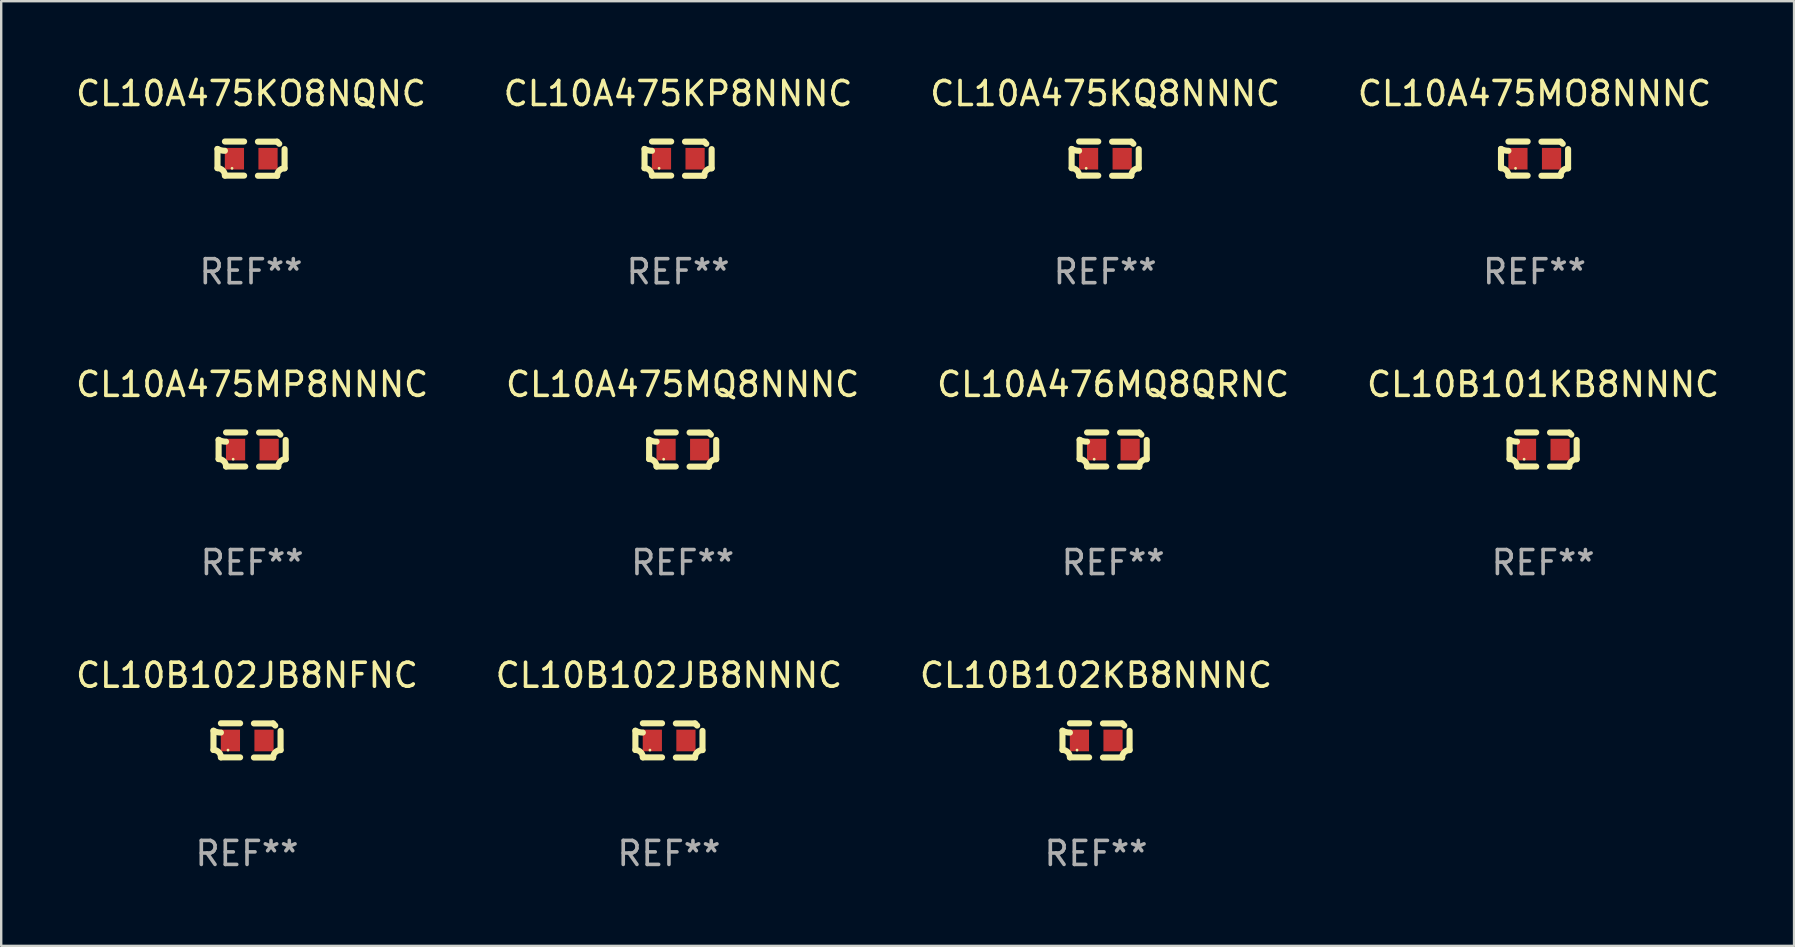
<source format=kicad_pcb>
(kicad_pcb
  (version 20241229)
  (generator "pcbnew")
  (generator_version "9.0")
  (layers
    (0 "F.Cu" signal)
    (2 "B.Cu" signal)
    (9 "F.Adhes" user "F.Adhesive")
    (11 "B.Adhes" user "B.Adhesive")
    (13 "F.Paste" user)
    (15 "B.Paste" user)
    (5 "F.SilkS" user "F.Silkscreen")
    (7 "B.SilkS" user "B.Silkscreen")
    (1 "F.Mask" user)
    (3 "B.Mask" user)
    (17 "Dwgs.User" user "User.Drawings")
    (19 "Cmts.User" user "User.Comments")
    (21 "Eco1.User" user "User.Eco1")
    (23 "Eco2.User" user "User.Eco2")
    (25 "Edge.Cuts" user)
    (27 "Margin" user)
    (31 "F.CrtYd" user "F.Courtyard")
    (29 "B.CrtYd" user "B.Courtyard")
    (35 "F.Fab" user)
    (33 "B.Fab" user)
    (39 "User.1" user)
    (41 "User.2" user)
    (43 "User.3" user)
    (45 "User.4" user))
  (footprint "CL10A475KP8NNNC"
    (layer "F.Cu")
    (at 25.208 3.561)
    (property "Reference" "CL10A475KP8NNNC" (at 0 -2.713 0) (layer "F.SilkS") (effects (font (size 1 1) (thickness 0.15))))
    (attr through_hole)
    (fp_line (start -1.398 -0.403) (end -1.398 0.397) (stroke (width 0.254) (type solid)) (layer "F.SilkS"))
    (fp_line (start -0.288 -0.713) (end -1.088 -0.713) (stroke (width 0.254) (type solid)) (layer "F.SilkS"))
    (fp_line (start -0.288 0.707) (end -1.088 0.707) (stroke (width 0.254) (type solid)) (layer "F.SilkS"))
    (fp_line (start 0.288 -0.707) (end 1.088 -0.707) (stroke (width 0.254) (type solid)) (layer "F.SilkS"))
    (fp_line (start 0.288 0.713) (end 1.088 0.713) (stroke (width 0.254) (type solid)) (layer "F.SilkS"))
    (fp_line (start 1.398 -0.397) (end 1.398 0.403) (stroke (width 0.254) (type solid)) (layer "F.SilkS"))
    (fp_arc (start -1.397789 0.397066) (mid -1.178701 0.487826) (end -1.08796 0.706922) (stroke (width 0.254001) (type solid)) (layer "F.SilkS"))
    (fp_arc (start -1.08796 -0.327176) (mid -1.247436 -0.346384) (end -1.39779 -0.402908) (stroke (width 0.254001) (type solid)) (layer "F.SilkS"))
    (fp_arc (start 1.087909 0.712738) (mid 1.178656 0.493655) (end 1.397739 0.402908) (stroke (width 0.254001) (type solid)) (layer "F.SilkS"))
    (fp_arc (start 1.175925 -0.618926) (mid 1.131917 -0.662923) (end 1.08791 -0.706922) (stroke (width 0.254001) (type solid)) (layer "F.SilkS"))
    (fp_circle (center -0.792 0.403) (end -0.762 0.403) (stroke (width 0.06) (type solid)) (fill no) (layer "F.SilkS"))
    (fp_text user "REF**" (at 0 4.713 0) (layer "F.Fab") (effects (font (size 1 1) (thickness 0.15))))
    (pad "1" smd rect (at -0.692 0.003) (size 0.8 0.9) (layers "F.Cu" "F.Mask" "F.Paste"))
    (pad "2" smd rect (at 0.708 0.003) (size 0.8 0.9) (layers "F.Cu" "F.Mask" "F.Paste")))
  (footprint "CL10A475MQ8NNNC"
    (layer "F.Cu")
    (at 25.399 15.683)
    (property "Reference" "CL10A475MQ8NNNC" (at 0 -2.713 0) (layer "F.SilkS") (effects (font (size 1 1) (thickness 0.15))))
    (attr through_hole)
    (fp_line (start -1.398 -0.403) (end -1.398 0.397) (stroke (width 0.254) (type solid)) (layer "F.SilkS"))
    (fp_line (start -0.288 -0.713) (end -1.088 -0.713) (stroke (width 0.254) (type solid)) (layer "F.SilkS"))
    (fp_line (start -0.288 0.707) (end -1.088 0.707) (stroke (width 0.254) (type solid)) (layer "F.SilkS"))
    (fp_line (start 0.288 -0.707) (end 1.088 -0.707) (stroke (width 0.254) (type solid)) (layer "F.SilkS"))
    (fp_line (start 0.288 0.713) (end 1.088 0.713) (stroke (width 0.254) (type solid)) (layer "F.SilkS"))
    (fp_line (start 1.398 -0.397) (end 1.398 0.403) (stroke (width 0.254) (type solid)) (layer "F.SilkS"))
    (fp_arc (start -1.397789 0.397066) (mid -1.178701 0.487826) (end -1.08796 0.706922) (stroke (width 0.254001) (type solid)) (layer "F.SilkS"))
    (fp_arc (start -1.08796 -0.327176) (mid -1.247436 -0.346384) (end -1.39779 -0.402908) (stroke (width 0.254001) (type solid)) (layer "F.SilkS"))
    (fp_arc (start 1.087909 0.712738) (mid 1.178656 0.493655) (end 1.397739 0.402908) (stroke (width 0.254001) (type solid)) (layer "F.SilkS"))
    (fp_arc (start 1.175925 -0.618926) (mid 1.131917 -0.662923) (end 1.08791 -0.706922) (stroke (width 0.254001) (type solid)) (layer "F.SilkS"))
    (fp_circle (center -0.792 0.403) (end -0.762 0.403) (stroke (width 0.06) (type solid)) (fill no) (layer "F.SilkS"))
    (fp_text user "REF**" (at 0 4.713 0) (layer "F.Fab") (effects (font (size 1 1) (thickness 0.15))))
    (pad "1" smd rect (at -0.692 0.003) (size 0.8 0.9) (layers "F.Cu" "F.Mask" "F.Paste"))
    (pad "2" smd rect (at 0.708 0.003) (size 0.8 0.9) (layers "F.Cu" "F.Mask" "F.Paste")))
  (footprint "CL10B102JB8NFNC"
    (layer "F.Cu")
    (at 7.244 27.805)
    (property "Reference" "CL10B102JB8NFNC" (at 0 -2.713 0) (layer "F.SilkS") (effects (font (size 1 1) (thickness 0.15))))
    (attr through_hole)
    (fp_line (start -1.398 -0.403) (end -1.398 0.397) (stroke (width 0.254) (type solid)) (layer "F.SilkS"))
    (fp_line (start -0.288 -0.713) (end -1.088 -0.713) (stroke (width 0.254) (type solid)) (layer "F.SilkS"))
    (fp_line (start -0.288 0.707) (end -1.088 0.707) (stroke (width 0.254) (type solid)) (layer "F.SilkS"))
    (fp_line (start 0.288 -0.707) (end 1.088 -0.707) (stroke (width 0.254) (type solid)) (layer "F.SilkS"))
    (fp_line (start 0.288 0.713) (end 1.088 0.713) (stroke (width 0.254) (type solid)) (layer "F.SilkS"))
    (fp_line (start 1.398 -0.397) (end 1.398 0.403) (stroke (width 0.254) (type solid)) (layer "F.SilkS"))
    (fp_arc (start -1.397789 0.397066) (mid -1.178701 0.487826) (end -1.08796 0.706922) (stroke (width 0.254001) (type solid)) (layer "F.SilkS"))
    (fp_arc (start -1.08796 -0.327176) (mid -1.247436 -0.346384) (end -1.39779 -0.402908) (stroke (width 0.254001) (type solid)) (layer "F.SilkS"))
    (fp_arc (start 1.087909 0.712738) (mid 1.178656 0.493655) (end 1.397739 0.402908) (stroke (width 0.254001) (type solid)) (layer "F.SilkS"))
    (fp_arc (start 1.175925 -0.618926) (mid 1.131917 -0.662923) (end 1.08791 -0.706922) (stroke (width 0.254001) (type solid)) (layer "F.SilkS"))
    (fp_circle (center -0.792 0.403) (end -0.762 0.403) (stroke (width 0.06) (type solid)) (fill no) (layer "F.SilkS"))
    (fp_text user "REF**" (at 0 4.713 0) (layer "F.Fab") (effects (font (size 1 1) (thickness 0.15))))
    (pad "1" smd rect (at -0.692 0.003) (size 0.8 0.9) (layers "F.Cu" "F.Mask" "F.Paste"))
    (pad "2" smd rect (at 0.708 0.003) (size 0.8 0.9) (layers "F.Cu" "F.Mask" "F.Paste")))
  (footprint "CL10A475KQ8NNNC"
    (layer "F.Cu")
    (at 43.006 3.561)
    (property "Reference" "CL10A475KQ8NNNC" (at 0 -2.713 0) (layer "F.SilkS") (effects (font (size 1 1) (thickness 0.15))))
    (attr through_hole)
    (fp_line (start -1.398 -0.403) (end -1.398 0.397) (stroke (width 0.254) (type solid)) (layer "F.SilkS"))
    (fp_line (start -0.288 -0.713) (end -1.088 -0.713) (stroke (width 0.254) (type solid)) (layer "F.SilkS"))
    (fp_line (start -0.288 0.707) (end -1.088 0.707) (stroke (width 0.254) (type solid)) (layer "F.SilkS"))
    (fp_line (start 0.288 -0.707) (end 1.088 -0.707) (stroke (width 0.254) (type solid)) (layer "F.SilkS"))
    (fp_line (start 0.288 0.713) (end 1.088 0.713) (stroke (width 0.254) (type solid)) (layer "F.SilkS"))
    (fp_line (start 1.398 -0.397) (end 1.398 0.403) (stroke (width 0.254) (type solid)) (layer "F.SilkS"))
    (fp_arc (start -1.397789 0.397066) (mid -1.178701 0.487826) (end -1.08796 0.706922) (stroke (width 0.254001) (type solid)) (layer "F.SilkS"))
    (fp_arc (start -1.08796 -0.327176) (mid -1.247436 -0.346384) (end -1.39779 -0.402908) (stroke (width 0.254001) (type solid)) (layer "F.SilkS"))
    (fp_arc (start 1.087909 0.712738) (mid 1.178656 0.493655) (end 1.397739 0.402908) (stroke (width 0.254001) (type solid)) (layer "F.SilkS"))
    (fp_arc (start 1.175925 -0.618926) (mid 1.131917 -0.662923) (end 1.08791 -0.706922) (stroke (width 0.254001) (type solid)) (layer "F.SilkS"))
    (fp_circle (center -0.792 0.403) (end -0.762 0.403) (stroke (width 0.06) (type solid)) (fill no) (layer "F.SilkS"))
    (fp_text user "REF**" (at 0 4.713 0) (layer "F.Fab") (effects (font (size 1 1) (thickness 0.15))))
    (pad "1" smd rect (at -0.692 0.003) (size 0.8 0.9) (layers "F.Cu" "F.Mask" "F.Paste"))
    (pad "2" smd rect (at 0.708 0.003) (size 0.8 0.9) (layers "F.Cu" "F.Mask" "F.Paste")))
  (footprint "CL10A475MP8NNNC"
    (layer "F.Cu")
    (at 7.458 15.683)
    (property "Reference" "CL10A475MP8NNNC" (at 0 -2.713 0) (layer "F.SilkS") (effects (font (size 1 1) (thickness 0.15))))
    (attr through_hole)
    (fp_line (start -1.398 -0.403) (end -1.398 0.397) (stroke (width 0.254) (type solid)) (layer "F.SilkS"))
    (fp_line (start -0.288 -0.713) (end -1.088 -0.713) (stroke (width 0.254) (type solid)) (layer "F.SilkS"))
    (fp_line (start -0.288 0.707) (end -1.088 0.707) (stroke (width 0.254) (type solid)) (layer "F.SilkS"))
    (fp_line (start 0.288 -0.707) (end 1.088 -0.707) (stroke (width 0.254) (type solid)) (layer "F.SilkS"))
    (fp_line (start 0.288 0.713) (end 1.088 0.713) (stroke (width 0.254) (type solid)) (layer "F.SilkS"))
    (fp_line (start 1.398 -0.397) (end 1.398 0.403) (stroke (width 0.254) (type solid)) (layer "F.SilkS"))
    (fp_arc (start -1.397789 0.397066) (mid -1.178701 0.487826) (end -1.08796 0.706922) (stroke (width 0.254001) (type solid)) (layer "F.SilkS"))
    (fp_arc (start -1.08796 -0.327176) (mid -1.247436 -0.346384) (end -1.39779 -0.402908) (stroke (width 0.254001) (type solid)) (layer "F.SilkS"))
    (fp_arc (start 1.087909 0.712738) (mid 1.178656 0.493655) (end 1.397739 0.402908) (stroke (width 0.254001) (type solid)) (layer "F.SilkS"))
    (fp_arc (start 1.175925 -0.618926) (mid 1.131917 -0.662923) (end 1.08791 -0.706922) (stroke (width 0.254001) (type solid)) (layer "F.SilkS"))
    (fp_circle (center -0.792 0.403) (end -0.762 0.403) (stroke (width 0.06) (type solid)) (fill no) (layer "F.SilkS"))
    (fp_text user "REF**" (at 0 4.713 0) (layer "F.Fab") (effects (font (size 1 1) (thickness 0.15))))
    (pad "1" smd rect (at -0.692 0.003) (size 0.8 0.9) (layers "F.Cu" "F.Mask" "F.Paste"))
    (pad "2" smd rect (at 0.708 0.003) (size 0.8 0.9) (layers "F.Cu" "F.Mask" "F.Paste")))
  (footprint "CL10B102JB8NNNC"
    (layer "F.Cu")
    (at 24.827 27.805)
    (property "Reference" "CL10B102JB8NNNC" (at 0 -2.713 0) (layer "F.SilkS") (effects (font (size 1 1) (thickness 0.15))))
    (attr through_hole)
    (fp_line (start -1.398 -0.403) (end -1.398 0.397) (stroke (width 0.254) (type solid)) (layer "F.SilkS"))
    (fp_line (start -0.288 -0.713) (end -1.088 -0.713) (stroke (width 0.254) (type solid)) (layer "F.SilkS"))
    (fp_line (start -0.288 0.707) (end -1.088 0.707) (stroke (width 0.254) (type solid)) (layer "F.SilkS"))
    (fp_line (start 0.288 -0.707) (end 1.088 -0.707) (stroke (width 0.254) (type solid)) (layer "F.SilkS"))
    (fp_line (start 0.288 0.713) (end 1.088 0.713) (stroke (width 0.254) (type solid)) (layer "F.SilkS"))
    (fp_line (start 1.398 -0.397) (end 1.398 0.403) (stroke (width 0.254) (type solid)) (layer "F.SilkS"))
    (fp_arc (start -1.397789 0.397066) (mid -1.178701 0.487826) (end -1.08796 0.706922) (stroke (width 0.254001) (type solid)) (layer "F.SilkS"))
    (fp_arc (start -1.08796 -0.327176) (mid -1.247436 -0.346384) (end -1.39779 -0.402908) (stroke (width 0.254001) (type solid)) (layer "F.SilkS"))
    (fp_arc (start 1.087909 0.712738) (mid 1.178656 0.493655) (end 1.397739 0.402908) (stroke (width 0.254001) (type solid)) (layer "F.SilkS"))
    (fp_arc (start 1.175925 -0.618926) (mid 1.131917 -0.662923) (end 1.08791 -0.706922) (stroke (width 0.254001) (type solid)) (layer "F.SilkS"))
    (fp_circle (center -0.792 0.403) (end -0.762 0.403) (stroke (width 0.06) (type solid)) (fill no) (layer "F.SilkS"))
    (fp_text user "REF**" (at 0 4.713 0) (layer "F.Fab") (effects (font (size 1 1) (thickness 0.15))))
    (pad "1" smd rect (at -0.692 0.003) (size 0.8 0.9) (layers "F.Cu" "F.Mask" "F.Paste"))
    (pad "2" smd rect (at 0.708 0.003) (size 0.8 0.9) (layers "F.Cu" "F.Mask" "F.Paste")))
  (footprint "CL10B102KB8NNNC"
    (layer "F.Cu")
    (at 42.625 27.805)
    (property "Reference" "CL10B102KB8NNNC" (at 0 -2.713 0) (layer "F.SilkS") (effects (font (size 1 1) (thickness 0.15))))
    (attr through_hole)
    (fp_line (start -1.398 -0.403) (end -1.398 0.397) (stroke (width 0.254) (type solid)) (layer "F.SilkS"))
    (fp_line (start -0.288 -0.713) (end -1.088 -0.713) (stroke (width 0.254) (type solid)) (layer "F.SilkS"))
    (fp_line (start -0.288 0.707) (end -1.088 0.707) (stroke (width 0.254) (type solid)) (layer "F.SilkS"))
    (fp_line (start 0.288 -0.707) (end 1.088 -0.707) (stroke (width 0.254) (type solid)) (layer "F.SilkS"))
    (fp_line (start 0.288 0.713) (end 1.088 0.713) (stroke (width 0.254) (type solid)) (layer "F.SilkS"))
    (fp_line (start 1.398 -0.397) (end 1.398 0.403) (stroke (width 0.254) (type solid)) (layer "F.SilkS"))
    (fp_arc (start -1.397789 0.397066) (mid -1.178701 0.487826) (end -1.08796 0.706922) (stroke (width 0.254001) (type solid)) (layer "F.SilkS"))
    (fp_arc (start -1.08796 -0.327176) (mid -1.247436 -0.346384) (end -1.39779 -0.402908) (stroke (width 0.254001) (type solid)) (layer "F.SilkS"))
    (fp_arc (start 1.087909 0.712738) (mid 1.178656 0.493655) (end 1.397739 0.402908) (stroke (width 0.254001) (type solid)) (layer "F.SilkS"))
    (fp_arc (start 1.175925 -0.618926) (mid 1.131917 -0.662923) (end 1.08791 -0.706922) (stroke (width 0.254001) (type solid)) (layer "F.SilkS"))
    (fp_circle (center -0.792 0.403) (end -0.762 0.403) (stroke (width 0.06) (type solid)) (fill no) (layer "F.SilkS"))
    (fp_text user "REF**" (at 0 4.713 0) (layer "F.Fab") (effects (font (size 1 1) (thickness 0.15))))
    (pad "1" smd rect (at -0.692 0.003) (size 0.8 0.9) (layers "F.Cu" "F.Mask" "F.Paste"))
    (pad "2" smd rect (at 0.708 0.003) (size 0.8 0.9) (layers "F.Cu" "F.Mask" "F.Paste")))
  (footprint "CL10A475KO8NQNC"
    (layer "F.Cu")
    (at 7.411 3.561)
    (property "Reference" "CL10A475KO8NQNC" (at 0 -2.713 0) (layer "F.SilkS") (effects (font (size 1 1) (thickness 0.15))))
    (attr through_hole)
    (fp_line (start -1.398 -0.403) (end -1.398 0.397) (stroke (width 0.254) (type solid)) (layer "F.SilkS"))
    (fp_line (start -0.288 -0.713) (end -1.088 -0.713) (stroke (width 0.254) (type solid)) (layer "F.SilkS"))
    (fp_line (start -0.288 0.707) (end -1.088 0.707) (stroke (width 0.254) (type solid)) (layer "F.SilkS"))
    (fp_line (start 0.288 -0.707) (end 1.088 -0.707) (stroke (width 0.254) (type solid)) (layer "F.SilkS"))
    (fp_line (start 0.288 0.713) (end 1.088 0.713) (stroke (width 0.254) (type solid)) (layer "F.SilkS"))
    (fp_line (start 1.398 -0.397) (end 1.398 0.403) (stroke (width 0.254) (type solid)) (layer "F.SilkS"))
    (fp_arc (start -1.397789 0.397066) (mid -1.178701 0.487826) (end -1.08796 0.706922) (stroke (width 0.254001) (type solid)) (layer "F.SilkS"))
    (fp_arc (start -1.08796 -0.327176) (mid -1.247436 -0.346384) (end -1.39779 -0.402908) (stroke (width 0.254001) (type solid)) (layer "F.SilkS"))
    (fp_arc (start 1.087909 0.712738) (mid 1.178656 0.493655) (end 1.397739 0.402908) (stroke (width 0.254001) (type solid)) (layer "F.SilkS"))
    (fp_arc (start 1.175925 -0.618926) (mid 1.131917 -0.662923) (end 1.08791 -0.706922) (stroke (width 0.254001) (type solid)) (layer "F.SilkS"))
    (fp_circle (center -0.792 0.403) (end -0.762 0.403) (stroke (width 0.06) (type solid)) (fill no) (layer "F.SilkS"))
    (fp_text user "REF**" (at 0 4.713 0) (layer "F.Fab") (effects (font (size 1 1) (thickness 0.15))))
    (pad "1" smd rect (at -0.692 0.003) (size 0.8 0.9) (layers "F.Cu" "F.Mask" "F.Paste"))
    (pad "2" smd rect (at 0.708 0.003) (size 0.8 0.9) (layers "F.Cu" "F.Mask" "F.Paste")))
  (footprint "CL10A475MO8NNNC"
    (layer "F.Cu")
    (at 60.899 3.561)
    (property "Reference" "CL10A475MO8NNNC" (at 0 -2.713 0) (layer "F.SilkS") (effects (font (size 1 1) (thickness 0.15))))
    (attr through_hole)
    (fp_line (start -1.398 -0.403) (end -1.398 0.397) (stroke (width 0.254) (type solid)) (layer "F.SilkS"))
    (fp_line (start -0.288 -0.713) (end -1.088 -0.713) (stroke (width 0.254) (type solid)) (layer "F.SilkS"))
    (fp_line (start -0.288 0.707) (end -1.088 0.707) (stroke (width 0.254) (type solid)) (layer "F.SilkS"))
    (fp_line (start 0.288 -0.707) (end 1.088 -0.707) (stroke (width 0.254) (type solid)) (layer "F.SilkS"))
    (fp_line (start 0.288 0.713) (end 1.088 0.713) (stroke (width 0.254) (type solid)) (layer "F.SilkS"))
    (fp_line (start 1.398 -0.397) (end 1.398 0.403) (stroke (width 0.254) (type solid)) (layer "F.SilkS"))
    (fp_arc (start -1.397789 0.397066) (mid -1.178701 0.487826) (end -1.08796 0.706922) (stroke (width 0.254001) (type solid)) (layer "F.SilkS"))
    (fp_arc (start -1.08796 -0.327176) (mid -1.247436 -0.346384) (end -1.39779 -0.402908) (stroke (width 0.254001) (type solid)) (layer "F.SilkS"))
    (fp_arc (start 1.087909 0.712738) (mid 1.178656 0.493655) (end 1.397739 0.402908) (stroke (width 0.254001) (type solid)) (layer "F.SilkS"))
    (fp_arc (start 1.175925 -0.618926) (mid 1.131917 -0.662923) (end 1.08791 -0.706922) (stroke (width 0.254001) (type solid)) (layer "F.SilkS"))
    (fp_circle (center -0.792 0.403) (end -0.762 0.403) (stroke (width 0.06) (type solid)) (fill no) (layer "F.SilkS"))
    (fp_text user "REF**" (at 0 4.713 0) (layer "F.Fab") (effects (font (size 1 1) (thickness 0.15))))
    (pad "1" smd rect (at -0.692 0.003) (size 0.8 0.9) (layers "F.Cu" "F.Mask" "F.Paste"))
    (pad "2" smd rect (at 0.708 0.003) (size 0.8 0.9) (layers "F.Cu" "F.Mask" "F.Paste")))
  (footprint "CL10A476MQ8QRNC"
    (layer "F.Cu")
    (at 43.339 15.683)
    (property "Reference" "CL10A476MQ8QRNC" (at 0 -2.713 0) (layer "F.SilkS") (effects (font (size 1 1) (thickness 0.15))))
    (attr through_hole)
    (fp_line (start -1.398 -0.403) (end -1.398 0.397) (stroke (width 0.254) (type solid)) (layer "F.SilkS"))
    (fp_line (start -0.288 -0.713) (end -1.088 -0.713) (stroke (width 0.254) (type solid)) (layer "F.SilkS"))
    (fp_line (start -0.288 0.707) (end -1.088 0.707) (stroke (width 0.254) (type solid)) (layer "F.SilkS"))
    (fp_line (start 0.288 -0.707) (end 1.088 -0.707) (stroke (width 0.254) (type solid)) (layer "F.SilkS"))
    (fp_line (start 0.288 0.713) (end 1.088 0.713) (stroke (width 0.254) (type solid)) (layer "F.SilkS"))
    (fp_line (start 1.398 -0.397) (end 1.398 0.403) (stroke (width 0.254) (type solid)) (layer "F.SilkS"))
    (fp_arc (start -1.397789 0.397066) (mid -1.178701 0.487826) (end -1.08796 0.706922) (stroke (width 0.254001) (type solid)) (layer "F.SilkS"))
    (fp_arc (start -1.08796 -0.327176) (mid -1.247436 -0.346384) (end -1.39779 -0.402908) (stroke (width 0.254001) (type solid)) (layer "F.SilkS"))
    (fp_arc (start 1.087909 0.712738) (mid 1.178656 0.493655) (end 1.397739 0.402908) (stroke (width 0.254001) (type solid)) (layer "F.SilkS"))
    (fp_arc (start 1.175925 -0.618926) (mid 1.131917 -0.662923) (end 1.08791 -0.706922) (stroke (width 0.254001) (type solid)) (layer "F.SilkS"))
    (fp_circle (center -0.792 0.403) (end -0.762 0.403) (stroke (width 0.06) (type solid)) (fill no) (layer "F.SilkS"))
    (fp_text user "REF**" (at 0 4.713 0) (layer "F.Fab") (effects (font (size 1 1) (thickness 0.15))))
    (pad "1" smd rect (at -0.692 0.003) (size 0.8 0.9) (layers "F.Cu" "F.Mask" "F.Paste"))
    (pad "2" smd rect (at 0.708 0.003) (size 0.8 0.9) (layers "F.Cu" "F.Mask" "F.Paste")))
  (footprint "CL10B101KB8NNNC"
    (layer "F.Cu")
    (at 61.256 15.683)
    (property "Reference" "CL10B101KB8NNNC" (at 0 -2.713 0) (layer "F.SilkS") (effects (font (size 1 1) (thickness 0.15))))
    (attr through_hole)
    (fp_line (start -1.398 -0.403) (end -1.398 0.397) (stroke (width 0.254) (type solid)) (layer "F.SilkS"))
    (fp_line (start -0.288 -0.713) (end -1.088 -0.713) (stroke (width 0.254) (type solid)) (layer "F.SilkS"))
    (fp_line (start -0.288 0.707) (end -1.088 0.707) (stroke (width 0.254) (type solid)) (layer "F.SilkS"))
    (fp_line (start 0.288 -0.707) (end 1.088 -0.707) (stroke (width 0.254) (type solid)) (layer "F.SilkS"))
    (fp_line (start 0.288 0.713) (end 1.088 0.713) (stroke (width 0.254) (type solid)) (layer "F.SilkS"))
    (fp_line (start 1.398 -0.397) (end 1.398 0.403) (stroke (width 0.254) (type solid)) (layer "F.SilkS"))
    (fp_arc (start -1.397789 0.397066) (mid -1.178701 0.487826) (end -1.08796 0.706922) (stroke (width 0.254001) (type solid)) (layer "F.SilkS"))
    (fp_arc (start -1.08796 -0.327176) (mid -1.247436 -0.346384) (end -1.39779 -0.402908) (stroke (width 0.254001) (type solid)) (layer "F.SilkS"))
    (fp_arc (start 1.087909 0.712738) (mid 1.178656 0.493655) (end 1.397739 0.402908) (stroke (width 0.254001) (type solid)) (layer "F.SilkS"))
    (fp_arc (start 1.175925 -0.618926) (mid 1.131917 -0.662923) (end 1.08791 -0.706922) (stroke (width 0.254001) (type solid)) (layer "F.SilkS"))
    (fp_circle (center -0.792 0.403) (end -0.762 0.403) (stroke (width 0.06) (type solid)) (fill no) (layer "F.SilkS"))
    (fp_text user "REF**" (at 0 4.713 0) (layer "F.Fab") (effects (font (size 1 1) (thickness 0.15))))
    (pad "1" smd rect (at -0.692 0.003) (size 0.8 0.9) (layers "F.Cu" "F.Mask" "F.Paste"))
    (pad "2" smd rect (at 0.708 0.003) (size 0.8 0.9) (layers "F.Cu" "F.Mask" "F.Paste")))
  (gr_rect
    (start -3 -3)
    (end 71.714 36.366)
    (stroke (width 0.1) (type default))
    (fill no)
    (layer "Edge.Cuts")))
</source>
